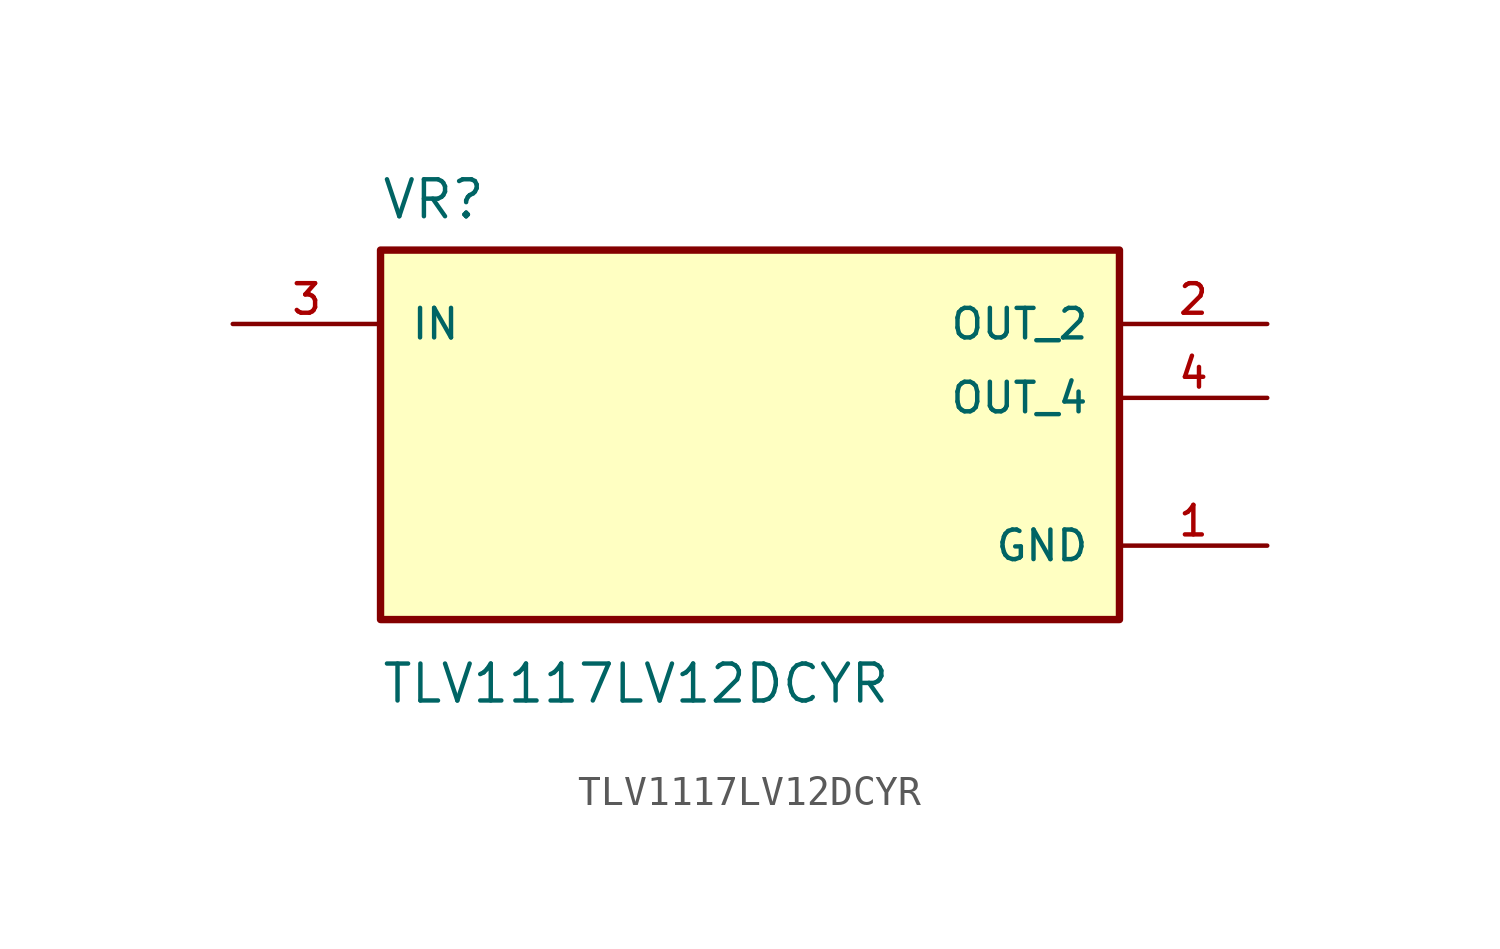
<source format=kicad_sym>
(kicad_symbol_lib
  (version 20211014)
  (generator kicad_symbol_editor)
  (symbol "TLV1117LV12DCYR"
    (pin_names
      (offset 1.016))
    (property "Reference" "VR"
      (at -12.7 6.08 0.0)
      (effects (font (size 1.27 1.27)) (justify bottom left)))
    (property "Value" "TLV1117LV12DCYR"
      (at -12.7 -9.08 0.0)
      (effects (font (size 1.27 1.27)) (justify top left)))
    (symbol "TLV1117LV12DCYR_0_0"
      (rectangle (start -12.7 -7.62) (end 12.7 5.08) (stroke (width 0.254)) (fill (type background)))
      (pin input line (at -17.78 2.54 0) (length 5.08) (name "IN" (effects (font (size 1.016 1.016)))) (number "3" (effects (font (size 1.016 1.016)))))
      (pin output line (at 17.78 2.54 180.0) (length 5.08) (name "OUT_2" (effects (font (size 1.016 1.016)))) (number "2" (effects (font (size 1.016 1.016)))))
      (pin output line (at 17.78 0.0 180.0) (length 5.08) (name "OUT_4" (effects (font (size 1.016 1.016)))) (number "4" (effects (font (size 1.016 1.016)))))
      (pin power_in line (at 17.78 -5.08 180.0) (length 5.08) (name "GND" (effects (font (size 1.016 1.016)))) (number "1" (effects (font (size 1.016 1.016))))))))
</source>
